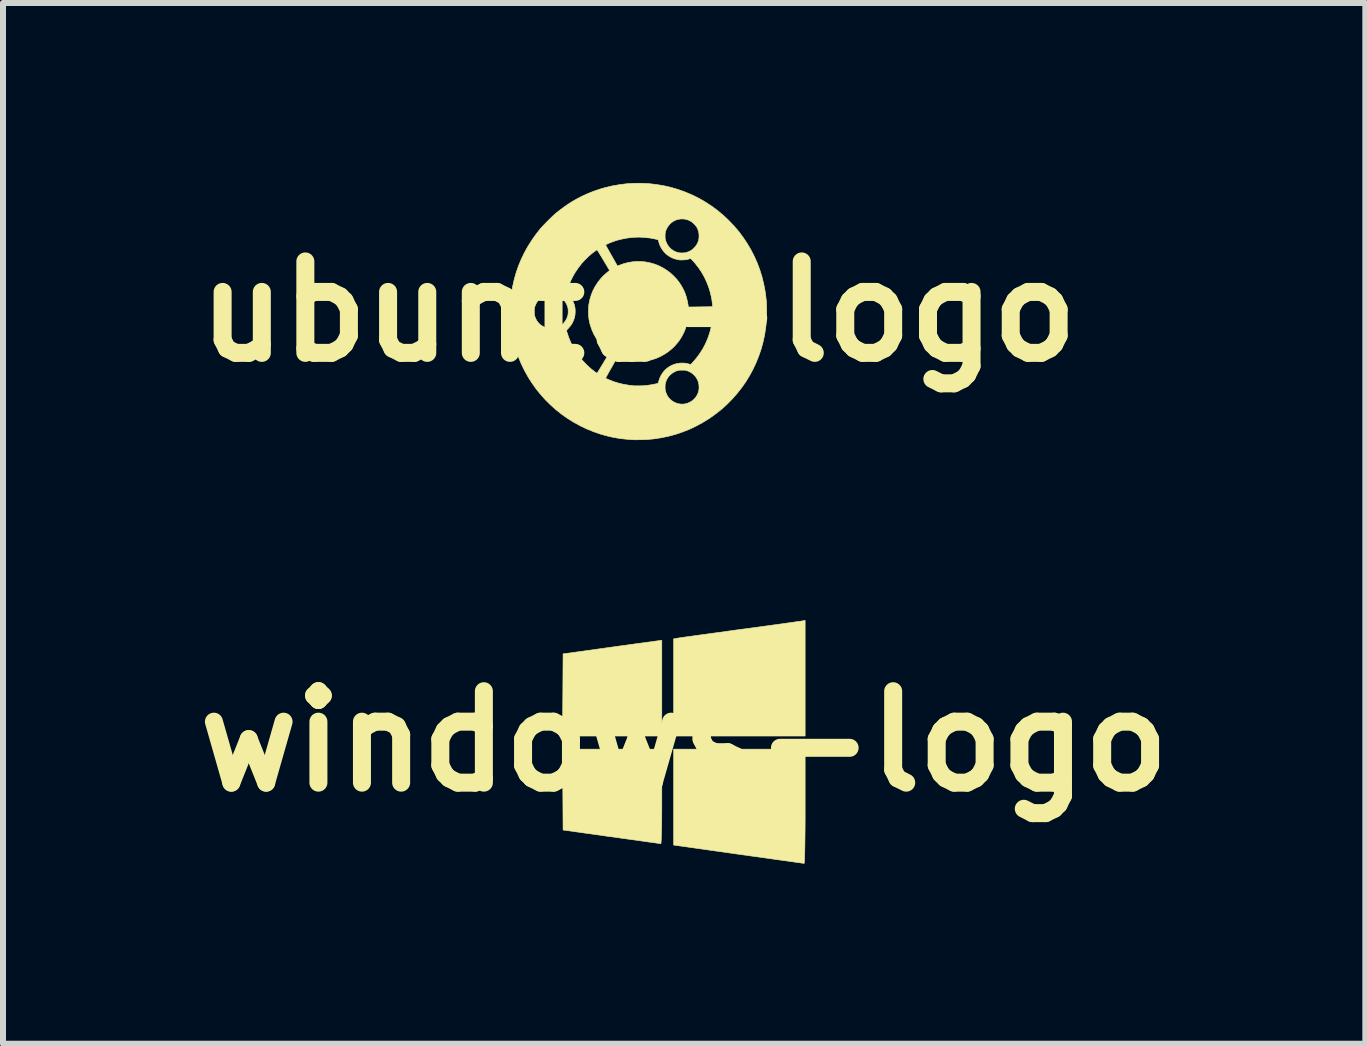
<source format=kicad_pcb>
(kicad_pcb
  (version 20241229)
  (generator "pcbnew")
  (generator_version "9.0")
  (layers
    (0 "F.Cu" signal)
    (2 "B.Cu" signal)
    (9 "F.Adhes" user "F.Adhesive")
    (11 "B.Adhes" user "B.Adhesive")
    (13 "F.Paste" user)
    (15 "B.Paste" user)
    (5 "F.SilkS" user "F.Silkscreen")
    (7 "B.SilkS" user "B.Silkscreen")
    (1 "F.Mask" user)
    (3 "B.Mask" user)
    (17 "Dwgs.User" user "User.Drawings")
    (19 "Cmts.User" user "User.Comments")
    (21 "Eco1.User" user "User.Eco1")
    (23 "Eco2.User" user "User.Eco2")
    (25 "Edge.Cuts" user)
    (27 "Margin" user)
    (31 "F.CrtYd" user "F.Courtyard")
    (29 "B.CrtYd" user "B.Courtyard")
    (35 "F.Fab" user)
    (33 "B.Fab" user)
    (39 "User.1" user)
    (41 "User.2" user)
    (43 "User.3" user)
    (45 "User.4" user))
  (footprint "ubuntu-logo"
    (layer "F.Cu")
    (at 7.591 2.142)
    (property "Reference" "ubuntu-logo" (at 0 0 0) (layer "F.SilkS") (effects (font (size 1.524 1.524) (thickness 0.3))))
    (attr through_hole)
    (fp_poly (pts (xy 0.177 -2.131) (xy 0.298 -2.117) (xy 0.419 -2.097) (xy 0.538 -2.07) (xy 0.655 -2.036) (xy 0.771 -1.995) (xy 0.885 -1.947) (xy 0.905 -1.938) (xy 1.013 -1.884) (xy 1.118 -1.823) (xy 1.22 -1.756) (xy 1.318 -1.684) (xy 1.411 -1.606) (xy 1.501 -1.522) (xy 1.585 -1.434) (xy 1.665 -1.342) (xy 1.672 -1.333) (xy 1.745 -1.235) (xy 1.813 -1.133) (xy 1.875 -1.028) (xy 1.931 -0.919) (xy 1.98 -0.808) (xy 2.023 -0.694) (xy 2.059 -0.578) (xy 2.088 -0.459) (xy 2.111 -0.34) (xy 2.121 -0.269) (xy 2.126 -0.223) (xy 2.131 -0.18) (xy 2.134 -0.139) (xy 2.136 -0.097) (xy 2.137 -0.053) (xy 2.137 -0.003) (xy 2.137 0) (xy 2.137 0.053) (xy 2.135 0.101) (xy 2.133 0.146) (xy 2.13 0.191) (xy 2.125 0.237) (xy 2.121 0.269) (xy 2.103 0.39) (xy 2.077 0.509) (xy 2.045 0.626) (xy 2.006 0.74) (xy 1.961 0.852) (xy 1.91 0.961) (xy 1.853 1.067) (xy 1.79 1.17) (xy 1.721 1.269) (xy 1.646 1.364) (xy 1.567 1.454) (xy 1.482 1.541) (xy 1.392 1.623) (xy 1.297 1.699) (xy 1.197 1.771) (xy 1.175 1.786) (xy 1.069 1.851) (xy 0.96 1.91) (xy 0.849 1.963) (xy 0.735 2.008) (xy 0.619 2.047) (xy 0.5 2.079) (xy 0.38 2.104) (xy 0.257 2.123) (xy 0.161 2.132) (xy 0.142 2.133) (xy 0.119 2.134) (xy 0.092 2.135) (xy 0.062 2.136) (xy 0.032 2.137) (xy 0.002 2.137) (xy -0.025 2.138) (xy -0.049 2.138) (xy -0.068 2.138) (xy -0.077 2.137) (xy -0.157 2.132) (xy -0.232 2.125) (xy -0.303 2.117) (xy -0.371 2.106) (xy -0.44 2.093) (xy -0.509 2.077) (xy -0.518 2.075) (xy -0.636 2.042) (xy -0.751 2.002) (xy -0.864 1.956) (xy -0.974 1.903) (xy -1.08 1.845) (xy -1.183 1.781) (xy -1.282 1.711) (xy -1.377 1.635) (xy -1.468 1.554) (xy -1.554 1.468) (xy -1.635 1.377) (xy -1.712 1.281) (xy -1.736 1.246) (xy 0.444 1.246) (xy 0.444 1.277) (xy 0.446 1.307) (xy 0.451 1.33) (xy 0.458 1.351) (xy 0.467 1.373) (xy 0.478 1.396) (xy 0.489 1.416) (xy 0.496 1.426) (xy 0.525 1.46) (xy 0.558 1.488) (xy 0.595 1.511) (xy 0.635 1.528) (xy 0.676 1.539) (xy 0.719 1.544) (xy 0.762 1.542) (xy 0.77 1.541) (xy 0.813 1.53) (xy 0.854 1.514) (xy 0.891 1.491) (xy 0.925 1.464) (xy 0.954 1.431) (xy 0.977 1.395) (xy 0.989 1.37) (xy 1 1.34) (xy 1.007 1.31) (xy 1.01 1.277) (xy 1.01 1.257) (xy 1.007 1.213) (xy 0.997 1.17) (xy 0.981 1.131) (xy 0.958 1.094) (xy 0.928 1.059) (xy 0.92 1.052) (xy 0.892 1.028) (xy 0.864 1.01) (xy 0.831 0.995) (xy 0.813 0.988) (xy 0.799 0.984) (xy 0.787 0.98) (xy 0.776 0.978) (xy 0.763 0.977) (xy 0.747 0.977) (xy 0.729 0.977) (xy 0.701 0.977) (xy 0.678 0.979) (xy 0.657 0.983) (xy 0.637 0.989) (xy 0.615 0.998) (xy 0.603 1.004) (xy 0.565 1.026) (xy 0.531 1.054) (xy 0.501 1.086) (xy 0.477 1.123) (xy 0.459 1.164) (xy 0.451 1.189) (xy 0.446 1.215) (xy 0.444 1.246) (xy -1.736 1.246) (xy -1.78 1.184) (xy -1.827 1.11) (xy -0.547 1.11) (xy -0.546 1.114) (xy -0.542 1.115) (xy -0.537 1.118) (xy -0.526 1.122) (xy -0.512 1.128) (xy -0.496 1.135) (xy -0.421 1.166) (xy -0.341 1.191) (xy -0.256 1.212) (xy -0.168 1.227) (xy -0.077 1.238) (xy -0.059 1.239) (xy -0.035 1.239) (xy -0.009 1.239) (xy 0.019 1.239) (xy 0.047 1.238) (xy 0.073 1.238) (xy 0.094 1.236) (xy 0.096 1.236) (xy 0.161 1.229) (xy 0.227 1.219) (xy 0.28 1.208) (xy 0.298 1.204) (xy 0.312 1.2) (xy 0.323 1.197) (xy 0.328 1.196) (xy 0.328 1.196) (xy 0.33 1.192) (xy 0.332 1.183) (xy 0.336 1.17) (xy 0.337 1.166) (xy 0.354 1.114) (xy 0.376 1.066) (xy 0.405 1.021) (xy 0.438 0.981) (xy 0.476 0.946) (xy 0.519 0.916) (xy 0.553 0.898) (xy 0.597 0.88) (xy 0.64 0.868) (xy 0.686 0.861) (xy 0.724 0.859) (xy 0.758 0.86) (xy 0.787 0.863) (xy 0.814 0.868) (xy 0.842 0.875) (xy 0.844 0.876) (xy 0.871 0.884) (xy 0.903 0.85) (xy 0.966 0.777) (xy 1.022 0.701) (xy 1.072 0.623) (xy 1.115 0.542) (xy 1.152 0.458) (xy 1.183 0.37) (xy 1.199 0.314) (xy 1.206 0.284) (xy 1.213 0.253) (xy 1.219 0.22) (xy 1.225 0.188) (xy 1.23 0.157) (xy 1.233 0.129) (xy 1.236 0.106) (xy 1.236 0.091) (xy 1.236 0.08) (xy 1.035 0.077) (xy 0.998 0.077) (xy 0.963 0.076) (xy 0.931 0.076) (xy 0.902 0.076) (xy 0.878 0.076) (xy 0.858 0.076) (xy 0.843 0.076) (xy 0.835 0.076) (xy 0.833 0.076) (xy 0.832 0.08) (xy 0.83 0.089) (xy 0.828 0.103) (xy 0.826 0.117) (xy 0.811 0.193) (xy 0.79 0.267) (xy 0.762 0.339) (xy 0.728 0.407) (xy 0.688 0.472) (xy 0.641 0.533) (xy 0.59 0.59) (xy 0.539 0.636) (xy 0.485 0.678) (xy 0.428 0.715) (xy 0.37 0.747) (xy 0.301 0.778) (xy 0.23 0.802) (xy 0.157 0.819) (xy 0.083 0.83) (xy 0.009 0.834) (xy -0.066 0.832) (xy -0.14 0.823) (xy -0.213 0.807) (xy -0.284 0.784) (xy -0.31 0.774) (xy -0.325 0.768) (xy -0.337 0.763) (xy -0.346 0.76) (xy -0.349 0.759) (xy -0.351 0.762) (xy -0.356 0.77) (xy -0.364 0.783) (xy -0.374 0.801) (xy -0.386 0.822) (xy -0.4 0.846) (xy -0.415 0.872) (xy -0.43 0.9) (xy -0.447 0.929) (xy -0.463 0.957) (xy -0.479 0.985) (xy -0.494 1.012) (xy -0.508 1.037) (xy -0.52 1.059) (xy -0.531 1.079) (xy -0.539 1.094) (xy -0.545 1.104) (xy -0.547 1.11) (xy -1.827 1.11) (xy -1.846 1.079) (xy -1.905 0.971) (xy -1.958 0.861) (xy -2.004 0.748) (xy -2.043 0.632) (xy -2.076 0.513) (xy -2.102 0.392) (xy -2.121 0.267) (xy -2.133 0.156) (xy -2.134 0.13) (xy -2.136 0.099) (xy -2.136 0.063) (xy -2.137 0.025) (xy -2.137 0) (xy -1.736 0) (xy -1.736 0.022) (xy -1.735 0.039) (xy -1.734 0.052) (xy -1.732 0.064) (xy -1.729 0.075) (xy -1.728 0.079) (xy -1.712 0.12) (xy -1.691 0.158) (xy -1.665 0.191) (xy -1.635 0.22) (xy -1.628 0.225) (xy -1.589 0.25) (xy -1.548 0.269) (xy -1.506 0.28) (xy -1.462 0.284) (xy -1.417 0.282) (xy -1.385 0.276) (xy -1.343 0.262) (xy -1.304 0.242) (xy -1.269 0.217) (xy -1.239 0.186) (xy -1.213 0.15) (xy -1.192 0.11) (xy -1.177 0.066) (xy -1.177 0.064) (xy -1.173 0.043) (xy -1.171 0.018) (xy -1.171 -0.009) (xy -1.172 -0.035) (xy -1.175 -0.059) (xy -1.177 -0.066) (xy -1.192 -0.11) (xy -1.212 -0.149) (xy -1.237 -0.185) (xy -1.268 -0.215) (xy -1.302 -0.24) (xy -1.34 -0.26) (xy -1.381 -0.274) (xy -1.425 -0.282) (xy -1.455 -0.283) (xy -1.5 -0.28) (xy -1.543 -0.27) (xy -1.583 -0.254) (xy -1.62 -0.232) (xy -1.653 -0.204) (xy -1.681 -0.172) (xy -1.705 -0.134) (xy -1.723 -0.092) (xy -1.728 -0.079) (xy -1.731 -0.067) (xy -1.734 -0.055) (xy -1.735 -0.043) (xy -1.736 -0.027) (xy -1.736 -0.006) (xy -1.736 0) (xy -2.137 0) (xy -2.137 -0.014) (xy -2.137 -0.053) (xy -2.136 -0.09) (xy -2.135 -0.123) (xy -2.133 -0.151) (xy -2.133 -0.158) (xy -2.119 -0.284) (xy -2.114 -0.313) (xy -1.2 -0.313) (xy -1.171 -0.283) (xy -1.135 -0.242) (xy -1.105 -0.197) (xy -1.082 -0.15) (xy -1.065 -0.1) (xy -1.057 -0.058) (xy -1.055 -0.033) (xy -1.054 -0.005) (xy -1.055 0.025) (xy -1.057 0.054) (xy -1.061 0.08) (xy -1.064 0.094) (xy -1.081 0.146) (xy -1.103 0.193) (xy -1.131 0.236) (xy -1.166 0.277) (xy -1.167 0.279) (xy -1.2 0.313) (xy -1.188 0.356) (xy -1.159 0.441) (xy -1.124 0.524) (xy -1.082 0.604) (xy -1.035 0.682) (xy -0.981 0.756) (xy -0.923 0.826) (xy -0.86 0.892) (xy -0.793 0.953) (xy -0.725 1.006) (xy -0.712 1.015) (xy -0.7 1.022) (xy -0.693 1.027) (xy -0.69 1.028) (xy -0.687 1.025) (xy -0.682 1.017) (xy -0.673 1.003) (xy -0.662 0.985) (xy -0.648 0.963) (xy -0.633 0.938) (xy -0.616 0.91) (xy -0.598 0.88) (xy -0.593 0.872) (xy -0.575 0.841) (xy -0.557 0.811) (xy -0.54 0.784) (xy -0.526 0.759) (xy -0.513 0.737) (xy -0.502 0.72) (xy -0.495 0.707) (xy -0.491 0.7) (xy -0.49 0.699) (xy -0.48 0.682) (xy -0.504 0.664) (xy -0.562 0.616) (xy -0.615 0.563) (xy -0.663 0.506) (xy -0.706 0.444) (xy -0.743 0.378) (xy -0.774 0.309) (xy -0.799 0.238) (xy -0.808 0.206) (xy -0.817 0.168) (xy -0.824 0.133) (xy -0.828 0.098) (xy -0.831 0.063) (xy -0.833 0.023) (xy -0.833 0) (xy -0.832 -0.042) (xy -0.83 -0.079) (xy -0.827 -0.113) (xy -0.821 -0.147) (xy -0.814 -0.183) (xy -0.808 -0.206) (xy -0.786 -0.278) (xy -0.758 -0.348) (xy -0.723 -0.415) (xy -0.682 -0.479) (xy -0.636 -0.539) (xy -0.585 -0.595) (xy -0.529 -0.645) (xy -0.49 -0.676) (xy -0.48 -0.683) (xy -0.583 -0.856) (xy -0.602 -0.888) (xy -0.62 -0.918) (xy -0.637 -0.945) (xy -0.652 -0.97) (xy -0.665 -0.991) (xy -0.676 -1.008) (xy -0.684 -1.02) (xy -0.689 -1.027) (xy -0.69 -1.028) (xy -0.695 -1.026) (xy -0.704 -1.02) (xy -0.717 -1.011) (xy -0.733 -1) (xy -0.75 -0.987) (xy -0.768 -0.973) (xy -0.787 -0.958) (xy -0.799 -0.948) (xy -0.823 -0.928) (xy -0.849 -0.903) (xy -0.876 -0.876) (xy -0.903 -0.849) (xy -0.928 -0.822) (xy -0.948 -0.798) (xy -1.005 -0.725) (xy -1.057 -0.648) (xy -1.102 -0.568) (xy -1.141 -0.485) (xy -1.173 -0.401) (xy -1.186 -0.361) (xy -1.2 -0.313) (xy -2.114 -0.313) (xy -2.099 -0.408) (xy -2.072 -0.528) (xy -2.039 -0.646) (xy -1.999 -0.762) (xy -1.952 -0.874) (xy -1.899 -0.984) (xy -1.839 -1.091) (xy -1.827 -1.109) (xy -0.547 -1.109) (xy -0.544 -1.104) (xy -0.539 -1.093) (xy -0.53 -1.078) (xy -0.52 -1.059) (xy -0.507 -1.037) (xy -0.493 -1.012) (xy -0.478 -0.985) (xy -0.463 -0.957) (xy -0.446 -0.928) (xy -0.43 -0.9) (xy -0.414 -0.872) (xy -0.4 -0.846) (xy -0.386 -0.822) (xy -0.374 -0.801) (xy -0.364 -0.783) (xy -0.356 -0.77) (xy -0.351 -0.762) (xy -0.349 -0.759) (xy -0.344 -0.76) (xy -0.335 -0.764) (xy -0.322 -0.769) (xy -0.31 -0.774) (xy -0.244 -0.798) (xy -0.174 -0.816) (xy -0.102 -0.828) (xy -0.03 -0.833) (xy 0.043 -0.833) (xy 0.114 -0.827) (xy 0.12 -0.826) (xy 0.196 -0.811) (xy 0.269 -0.79) (xy 0.34 -0.762) (xy 0.407 -0.728) (xy 0.471 -0.688) (xy 0.531 -0.643) (xy 0.587 -0.592) (xy 0.639 -0.537) (xy 0.685 -0.476) (xy 0.717 -0.426) (xy 0.749 -0.368) (xy 0.775 -0.31) (xy 0.796 -0.249) (xy 0.813 -0.185) (xy 0.826 -0.116) (xy 0.83 -0.092) (xy 0.832 -0.075) (xy 1.033 -0.077) (xy 1.07 -0.078) (xy 1.106 -0.078) (xy 1.138 -0.079) (xy 1.167 -0.079) (xy 1.191 -0.08) (xy 1.211 -0.08) (xy 1.226 -0.081) (xy 1.234 -0.081) (xy 1.236 -0.081) (xy 1.237 -0.085) (xy 1.236 -0.095) (xy 1.235 -0.11) (xy 1.233 -0.128) (xy 1.23 -0.149) (xy 1.227 -0.17) (xy 1.224 -0.191) (xy 1.221 -0.211) (xy 1.22 -0.219) (xy 1.199 -0.312) (xy 1.172 -0.402) (xy 1.138 -0.49) (xy 1.098 -0.575) (xy 1.052 -0.656) (xy 0.999 -0.734) (xy 0.94 -0.809) (xy 0.895 -0.859) (xy 0.87 -0.885) (xy 0.85 -0.878) (xy 0.82 -0.869) (xy 0.784 -0.863) (xy 0.747 -0.86) (xy 0.71 -0.859) (xy 0.676 -0.861) (xy 0.66 -0.864) (xy 0.607 -0.877) (xy 0.557 -0.896) (xy 0.511 -0.922) (xy 0.469 -0.952) (xy 0.432 -0.988) (xy 0.399 -1.029) (xy 0.372 -1.074) (xy 0.35 -1.123) (xy 0.337 -1.166) (xy 0.333 -1.179) (xy 0.331 -1.19) (xy 0.329 -1.195) (xy 0.328 -1.196) (xy 0.325 -1.197) (xy 0.315 -1.199) (xy 0.302 -1.203) (xy 0.285 -1.207) (xy 0.28 -1.208) (xy 0.187 -1.226) (xy 0.094 -1.236) (xy 0.001 -1.24) (xy -0.092 -1.236) (xy -0.185 -1.225) (xy -0.279 -1.207) (xy -0.356 -1.188) (xy -0.377 -1.181) (xy -0.4 -1.173) (xy -0.425 -1.164) (xy -0.449 -1.155) (xy -0.473 -1.146) (xy -0.495 -1.137) (xy -0.514 -1.128) (xy -0.53 -1.121) (xy -0.541 -1.115) (xy -0.546 -1.111) (xy -0.547 -1.109) (xy -1.827 -1.109) (xy -1.772 -1.196) (xy -1.727 -1.26) (xy 0.444 -1.26) (xy 0.444 -1.235) (xy 0.446 -1.215) (xy 0.449 -1.197) (xy 0.451 -1.189) (xy 0.466 -1.147) (xy 0.487 -1.107) (xy 0.513 -1.072) (xy 0.544 -1.041) (xy 0.58 -1.016) (xy 0.591 -1.01) (xy 0.623 -0.994) (xy 0.652 -0.984) (xy 0.682 -0.978) (xy 0.715 -0.976) (xy 0.736 -0.976) (xy 0.758 -0.977) (xy 0.774 -0.979) (xy 0.789 -0.981) (xy 0.805 -0.986) (xy 0.813 -0.989) (xy 0.843 -1) (xy 0.869 -1.013) (xy 0.893 -1.029) (xy 0.918 -1.05) (xy 0.926 -1.059) (xy 0.956 -1.092) (xy 0.979 -1.127) (xy 0.995 -1.163) (xy 1.006 -1.202) (xy 1.01 -1.245) (xy 1.01 -1.26) (xy 1.008 -1.303) (xy 0.999 -1.342) (xy 0.985 -1.381) (xy 0.971 -1.408) (xy 0.959 -1.424) (xy 0.943 -1.443) (xy 0.924 -1.463) (xy 0.904 -1.481) (xy 0.885 -1.496) (xy 0.872 -1.504) (xy 0.832 -1.524) (xy 0.79 -1.537) (xy 0.748 -1.543) (xy 0.706 -1.543) (xy 0.665 -1.537) (xy 0.625 -1.525) (xy 0.588 -1.507) (xy 0.553 -1.484) (xy 0.521 -1.455) (xy 0.494 -1.421) (xy 0.473 -1.386) (xy 0.459 -1.356) (xy 0.45 -1.328) (xy 0.445 -1.298) (xy 0.444 -1.265) (xy 0.444 -1.26) (xy -1.727 -1.26) (xy -1.699 -1.298) (xy -1.636 -1.378) (xy -1.619 -1.397) (xy -1.598 -1.42) (xy -1.573 -1.446) (xy -1.546 -1.474) (xy -1.518 -1.503) (xy -1.489 -1.532) (xy -1.46 -1.56) (xy -1.433 -1.586) (xy -1.408 -1.609) (xy -1.387 -1.628) (xy -1.378 -1.636) (xy -1.31 -1.69) (xy -1.24 -1.742) (xy -1.169 -1.791) (xy -1.098 -1.836) (xy -1.028 -1.876) (xy -0.96 -1.912) (xy -0.929 -1.927) (xy -0.912 -1.935) (xy -0.892 -1.944) (xy -0.875 -1.952) (xy -0.874 -1.952) (xy -0.835 -1.969) (xy -0.791 -1.987) (xy -0.743 -2.005) (xy -0.693 -2.023) (xy -0.644 -2.039) (xy -0.596 -2.054) (xy -0.555 -2.065) (xy -0.434 -2.094) (xy -0.312 -2.115) (xy -0.19 -2.13) (xy -0.067 -2.137) (xy 0.055 -2.137) (xy 0.177 -2.131)) (stroke (width 0.01) (type solid)) (fill yes) (layer "F.SilkS")))
  (footprint "windows-logo"
    (layer "F.Cu")
    (at 8.353 9.305)
    (property "Reference" "windows-logo" (at 0 0 0) (layer "F.SilkS") (effects (font (size 1.524 1.524) (thickness 0.3))))
    (attr through_hole)
    (fp_poly (pts (xy -0.373 -0.088) (xy -1.2 -0.088) (xy -2.027 -0.088) (xy -2.022 -0.773) (xy -2.018 -1.457) (xy -1.288 -1.558) (xy -1.11 -1.583) (xy -0.942 -1.606) (xy -0.79 -1.627) (xy -0.66 -1.644) (xy -0.558 -1.658) (xy -0.489 -1.668) (xy -0.466 -1.671) (xy -0.373 -1.683) (xy -0.373 -0.088)) (stroke (width 0.01) (type solid)) (fill yes) (layer "F.SilkS"))
    (fp_poly (pts (xy -1.2 0.131) (xy -0.373 0.131) (xy -0.373 0.92) (xy -0.373 1.101) (xy -0.374 1.268) (xy -0.376 1.414) (xy -0.379 1.536) (xy -0.382 1.629) (xy -0.385 1.687) (xy -0.389 1.707) (xy -0.414 1.703) (xy -0.477 1.694) (xy -0.574 1.681) (xy -0.699 1.663) (xy -0.849 1.642) (xy -1.017 1.619) (xy -1.199 1.593) (xy -1.212 1.592) (xy -2.018 1.479) (xy -2.022 0.805) (xy -2.027 0.131) (xy -1.2 0.131)) (stroke (width 0.01) (type solid)) (fill yes) (layer "F.SilkS"))
    (fp_poly (pts (xy 2.016 -0.088) (xy -0.175 -0.088) (xy -0.175 -1.707) (xy -0.104 -1.72) (xy -0.068 -1.725) (xy 0.007 -1.736) (xy 0.116 -1.751) (xy 0.253 -1.77) (xy 0.415 -1.792) (xy 0.597 -1.817) (xy 0.793 -1.844) (xy 0.931 -1.863) (xy 1.134 -1.89) (xy 1.325 -1.916) (xy 1.499 -1.94) (xy 1.652 -1.961) (xy 1.78 -1.979) (xy 1.876 -1.993) (xy 1.937 -2.001) (xy 1.956 -2.004) (xy 2.016 -2.015) (xy 2.016 -0.088)) (stroke (width 0.01) (type solid)) (fill yes) (layer "F.SilkS"))
    (fp_poly (pts (xy 2.016 1.085) (xy 2.016 1.284) (xy 2.015 1.47) (xy 2.013 1.636) (xy 2.011 1.779) (xy 2.008 1.895) (xy 2.005 1.979) (xy 2.002 2.026) (xy 2 2.035) (xy 1.975 2.032) (xy 1.912 2.023) (xy 1.814 2.009) (xy 1.686 1.991) (xy 1.532 1.97) (xy 1.356 1.945) (xy 1.164 1.918) (xy 0.997 1.895) (xy 0.791 1.866) (xy 0.595 1.838) (xy 0.415 1.813) (xy 0.255 1.79) (xy 0.12 1.771) (xy 0.015 1.756) (xy -0.055 1.746) (xy -0.082 1.743) (xy -0.175 1.729) (xy -0.175 0.131) (xy 2.016 0.131) (xy 2.016 1.085)) (stroke (width 0.01) (type solid)) (fill yes) (layer "F.SilkS")))
  (gr_rect
    (start -3 -3)
    (end 19.706 14.346)
    (stroke (width 0.1) (type default))
    (fill no)
    (layer "Edge.Cuts")))
</source>
